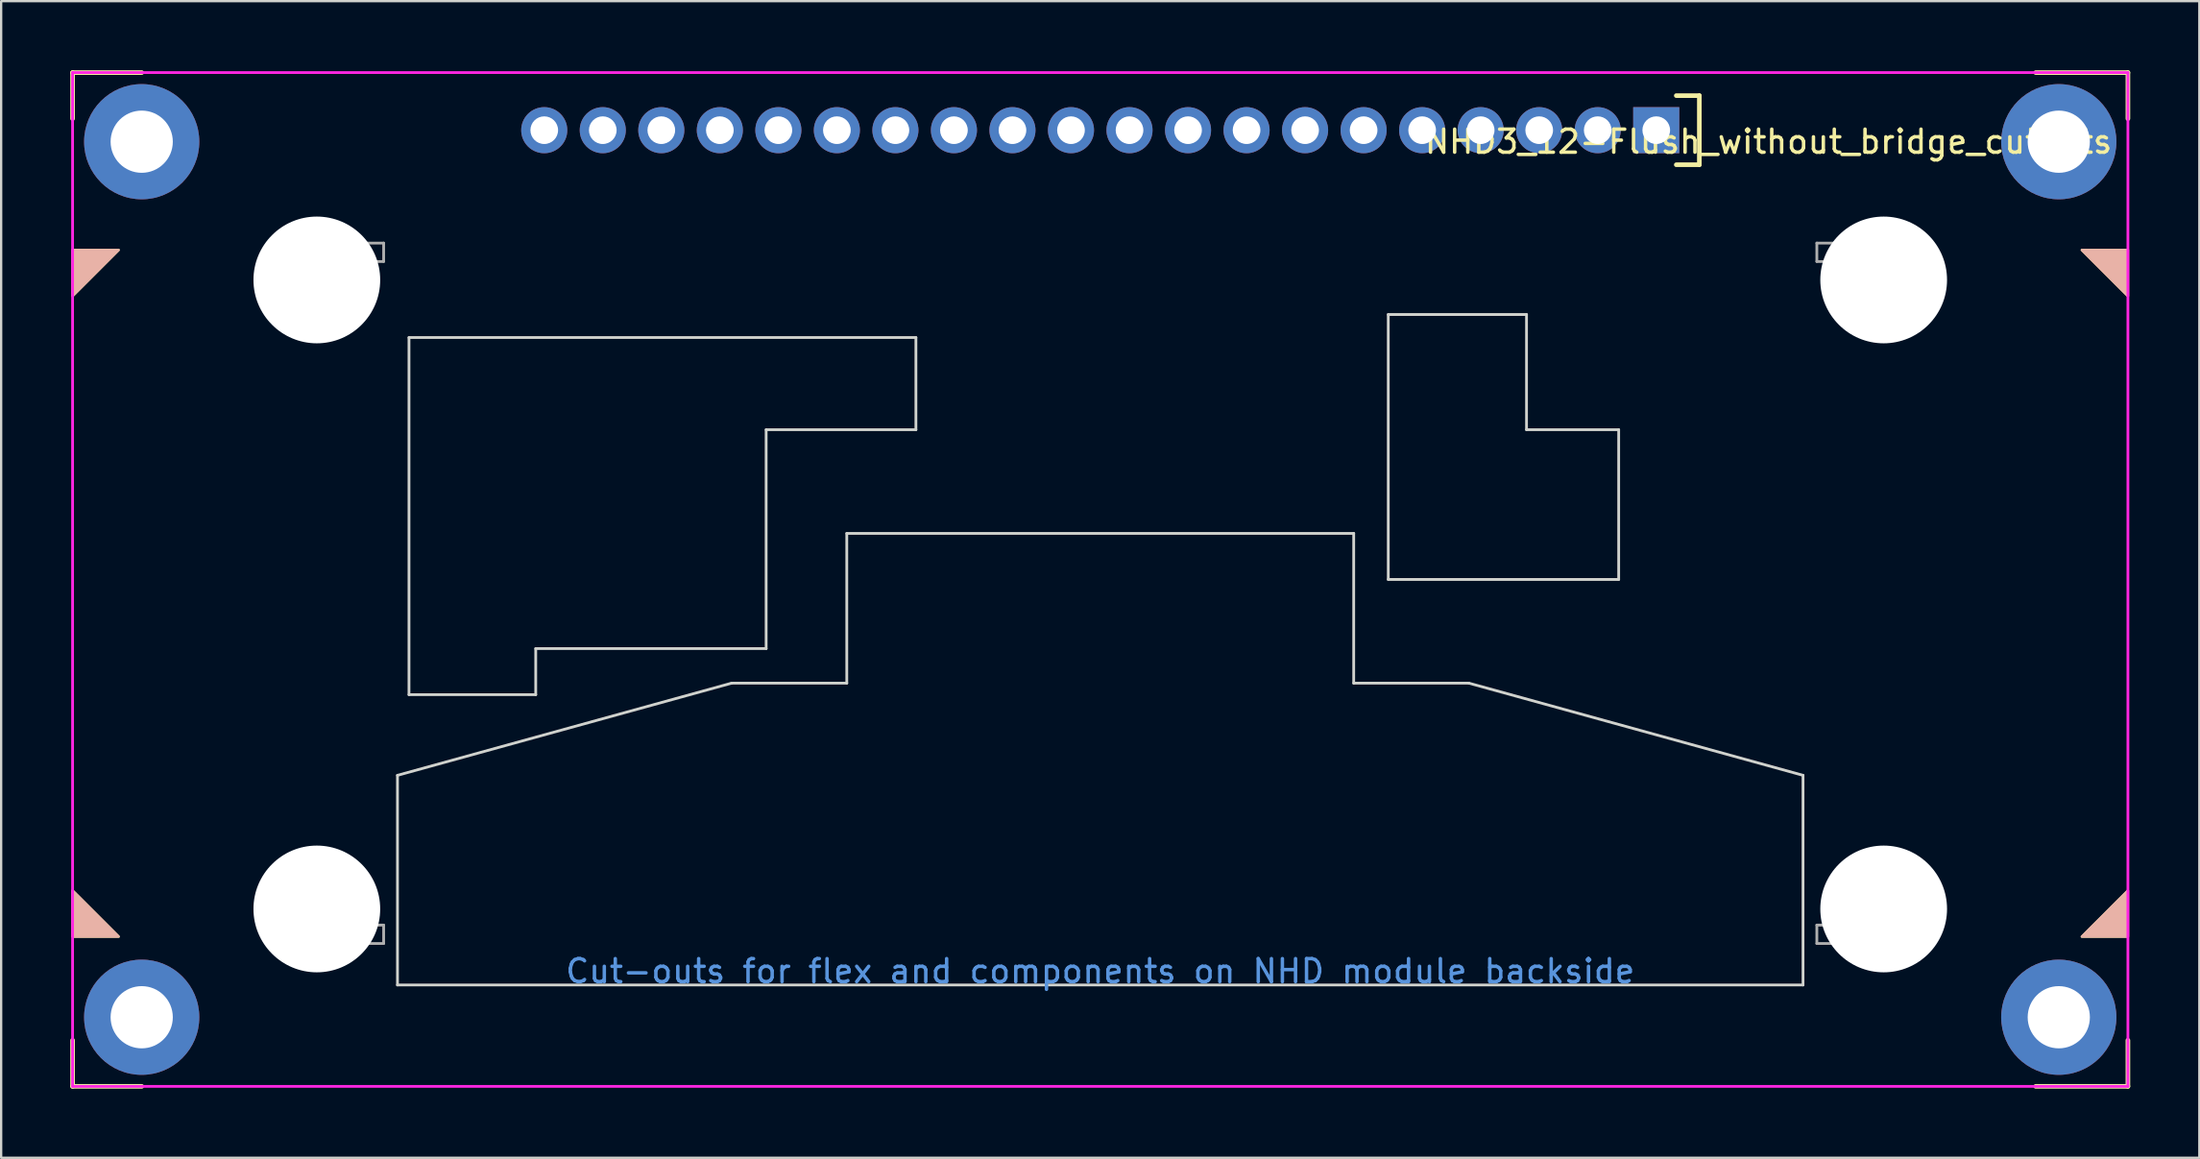
<source format=kicad_pcb>
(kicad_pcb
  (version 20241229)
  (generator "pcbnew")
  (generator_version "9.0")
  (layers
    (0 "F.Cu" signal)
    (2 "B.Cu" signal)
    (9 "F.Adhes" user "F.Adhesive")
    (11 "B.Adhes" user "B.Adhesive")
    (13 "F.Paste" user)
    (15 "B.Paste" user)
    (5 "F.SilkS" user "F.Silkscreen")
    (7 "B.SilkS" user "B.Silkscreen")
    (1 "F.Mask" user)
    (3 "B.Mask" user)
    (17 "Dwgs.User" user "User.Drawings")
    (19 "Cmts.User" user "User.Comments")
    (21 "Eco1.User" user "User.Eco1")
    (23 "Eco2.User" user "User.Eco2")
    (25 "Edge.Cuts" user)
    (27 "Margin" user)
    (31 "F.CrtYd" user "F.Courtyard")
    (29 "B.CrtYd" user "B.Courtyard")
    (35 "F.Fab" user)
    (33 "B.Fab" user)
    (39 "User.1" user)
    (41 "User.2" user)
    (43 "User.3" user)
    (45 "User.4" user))
  (footprint "NHD3_12-Flush_without_bridge_cutouts"
    (layer "F.Cu")
    (at 44.7 22.1)
    (property "Reference" "NHD3_12-Flush_without_bridge_cutouts" (at 29 -19 0) (layer "F.SilkS") (effects (font (size 1 1) (thickness 0.15))))
    (attr through_hole)
    (fp_line (start -44.6 -22) (end -41.6 -22) (stroke (width 0.2) (type solid)) (layer "F.SilkS"))
    (fp_line (start -44.6 -20) (end -44.6 -22) (stroke (width 0.2) (type solid)) (layer "F.SilkS"))
    (fp_line (start -44.6 20) (end -44.6 22) (stroke (width 0.2) (type solid)) (layer "F.SilkS"))
    (fp_line (start -44.6 22) (end -41.6 22) (stroke (width 0.2) (type solid)) (layer "F.SilkS"))
    (fp_line (start 25 -21) (end 26 -21) (stroke (width 0.2) (type solid)) (layer "F.SilkS"))
    (fp_line (start 26 -21) (end 26 -18) (stroke (width 0.2) (type solid)) (layer "F.SilkS"))
    (fp_line (start 26 -18) (end 25 -18) (stroke (width 0.2) (type solid)) (layer "F.SilkS"))
    (fp_line (start 40.6 -22) (end 44.6 -22) (stroke (width 0.2) (type solid)) (layer "F.SilkS"))
    (fp_line (start 44.6 -22) (end 44.6 -20) (stroke (width 0.2) (type solid)) (layer "F.SilkS"))
    (fp_line (start 44.6 20) (end 44.6 22) (stroke (width 0.2) (type solid)) (layer "F.SilkS"))
    (fp_line (start 44.6 22) (end 40.6 22) (stroke (width 0.2) (type solid)) (layer "F.SilkS"))
    (fp_poly (pts (xy -44.6 -12.3) (xy -44.6 -14.3) (xy -42.6 -14.3)) (stroke (width 0.1) (type solid)) (fill yes) (layer "F.SilkS"))
    (fp_poly (pts (xy -42.6 15.5) (xy -44.6 15.5) (xy -44.6 13.5)) (stroke (width 0.1) (type solid)) (fill yes) (layer "F.SilkS"))
    (fp_poly (pts (xy 42.6 -14.3) (xy 44.6 -14.3) (xy 44.6 -12.3)) (stroke (width 0.1) (type solid)) (fill yes) (layer "F.SilkS"))
    (fp_poly (pts (xy 44.6 13.5) (xy 44.6 15.5) (xy 42.6 15.5)) (stroke (width 0.1) (type solid)) (fill yes) (layer "F.SilkS"))
    (fp_poly (pts (xy -44.6 13.5) (xy -44.6 15.5) (xy -42.6 15.5)) (stroke (width 0.1) (type solid)) (fill yes) (layer "B.SilkS"))
    (fp_poly (pts (xy -42.6 -14.3) (xy -44.6 -14.3) (xy -44.6 -12.3)) (stroke (width 0.1) (type solid)) (fill yes) (layer "B.SilkS"))
    (fp_poly (pts (xy 42.6 15.5) (xy 44.6 15.5) (xy 44.6 13.5)) (stroke (width 0.1) (type solid)) (fill yes) (layer "B.SilkS"))
    (fp_poly (pts (xy 44.6 -12.3) (xy 44.6 -14.3) (xy 42.6 -14.3)) (stroke (width 0.1) (type solid)) (fill yes) (layer "B.SilkS"))
    (fp_line (start -30.5 17.6) (end -30.5 8.5) (stroke (width 0.12) (type solid)) (layer "Eco1.User"))
    (fp_line (start -30 -10.5) (end -8 -10.5) (stroke (width 0.12) (type solid)) (layer "Eco1.User"))
    (fp_line (start -30 5) (end -30 -10.5) (stroke (width 0.12) (type solid)) (layer "Eco1.User"))
    (fp_line (start -24.5 3) (end -24.5 5) (stroke (width 0.12) (type solid)) (layer "Eco1.User"))
    (fp_line (start -24.5 5) (end -30 5) (stroke (width 0.12) (type solid)) (layer "Eco1.User"))
    (fp_line (start -16 4.5) (end -30.5 8.5) (stroke (width 0.12) (type solid)) (layer "Eco1.User"))
    (fp_line (start -16 4.5) (end -11 4.5) (stroke (width 0.12) (type solid)) (layer "Eco1.User"))
    (fp_line (start -14.5 -6.5) (end -14.5 3) (stroke (width 0.12) (type solid)) (layer "Eco1.User"))
    (fp_line (start -14.5 3) (end -24.5 3) (stroke (width 0.12) (type solid)) (layer "Eco1.User"))
    (fp_line (start -11 -2) (end 11 -2) (stroke (width 0.12) (type solid)) (layer "Eco1.User"))
    (fp_line (start -11 4.5) (end -11 -2) (stroke (width 0.12) (type solid)) (layer "Eco1.User"))
    (fp_line (start -8 -10.5) (end -8 -6.5) (stroke (width 0.12) (type solid)) (layer "Eco1.User"))
    (fp_line (start -8 -6.5) (end -14.5 -6.5) (stroke (width 0.12) (type solid)) (layer "Eco1.User"))
    (fp_line (start 11 -2) (end 11 4.5) (stroke (width 0.12) (type solid)) (layer "Eco1.User"))
    (fp_line (start 12.5 -11.5) (end 18.5 -11.5) (stroke (width 0.12) (type solid)) (layer "Eco1.User"))
    (fp_line (start 12.5 0) (end 12.5 -11.5) (stroke (width 0.12) (type solid)) (layer "Eco1.User"))
    (fp_line (start 16 4.5) (end 11 4.5) (stroke (width 0.12) (type solid)) (layer "Eco1.User"))
    (fp_line (start 16 4.5) (end 30.5 8.5) (stroke (width 0.12) (type solid)) (layer "Eco1.User"))
    (fp_line (start 18.5 -11.5) (end 18.5 -6.5) (stroke (width 0.12) (type solid)) (layer "Eco1.User"))
    (fp_line (start 18.5 -6.5) (end 22.5 -6.5) (stroke (width 0.12) (type solid)) (layer "Eco1.User"))
    (fp_line (start 22.5 -6.5) (end 22.5 0) (stroke (width 0.12) (type solid)) (layer "Eco1.User"))
    (fp_line (start 22.5 0) (end 12.5 0) (stroke (width 0.12) (type solid)) (layer "Eco1.User"))
    (fp_line (start 30.5 8.5) (end 30.5 17.6) (stroke (width 0.12) (type solid)) (layer "Eco1.User"))
    (fp_line (start 30.5 17.6) (end -30.5 17.6) (stroke (width 0.12) (type solid)) (layer "Eco1.User"))
    (fp_line (start -30.5 8.5) (end -16 4.5) (stroke (width 0.12) (type solid)) (layer "Edge.Cuts"))
    (fp_line (start -30.5 17.6) (end -30.5 8.5) (stroke (width 0.12) (type solid)) (layer "Edge.Cuts"))
    (fp_line (start -30 -10.5) (end -8 -10.5) (stroke (width 0.12) (type solid)) (layer "Edge.Cuts"))
    (fp_line (start -30 5) (end -30 -10.5) (stroke (width 0.12) (type solid)) (layer "Edge.Cuts"))
    (fp_line (start -24.5 3) (end -24.5 5) (stroke (width 0.12) (type solid)) (layer "Edge.Cuts"))
    (fp_line (start -24.5 5) (end -30 5) (stroke (width 0.12) (type solid)) (layer "Edge.Cuts"))
    (fp_line (start -16 4.5) (end -11 4.5) (stroke (width 0.12) (type solid)) (layer "Edge.Cuts"))
    (fp_line (start -14.5 -6.5) (end -14.5 3) (stroke (width 0.12) (type solid)) (layer "Edge.Cuts"))
    (fp_line (start -14.5 3) (end -24.5 3) (stroke (width 0.12) (type solid)) (layer "Edge.Cuts"))
    (fp_line (start -11 -2) (end 11 -2) (stroke (width 0.12) (type solid)) (layer "Edge.Cuts"))
    (fp_line (start -11 4.5) (end -11 -2) (stroke (width 0.12) (type solid)) (layer "Edge.Cuts"))
    (fp_line (start -8 -10.5) (end -8 -6.5) (stroke (width 0.12) (type solid)) (layer "Edge.Cuts"))
    (fp_line (start -8 -6.5) (end -14.5 -6.5) (stroke (width 0.12) (type solid)) (layer "Edge.Cuts"))
    (fp_line (start 11 -2) (end 11 4.5) (stroke (width 0.12) (type solid)) (layer "Edge.Cuts"))
    (fp_line (start 11 4.5) (end 16 4.5) (stroke (width 0.12) (type solid)) (layer "Edge.Cuts"))
    (fp_line (start 12.5 -11.5) (end 18.5 -11.5) (stroke (width 0.12) (type solid)) (layer "Edge.Cuts"))
    (fp_line (start 12.5 0) (end 12.5 -11.5) (stroke (width 0.12) (type solid)) (layer "Edge.Cuts"))
    (fp_line (start 16 4.5) (end 30.5 8.5) (stroke (width 0.12) (type solid)) (layer "Edge.Cuts"))
    (fp_line (start 18.5 -11.5) (end 18.5 -6.5) (stroke (width 0.12) (type solid)) (layer "Edge.Cuts"))
    (fp_line (start 18.5 -6.5) (end 22.5 -6.5) (stroke (width 0.12) (type solid)) (layer "Edge.Cuts"))
    (fp_line (start 22.5 -6.5) (end 22.5 0) (stroke (width 0.12) (type solid)) (layer "Edge.Cuts"))
    (fp_line (start 22.5 0) (end 12.5 0) (stroke (width 0.12) (type solid)) (layer "Edge.Cuts"))
    (fp_line (start 30.5 8.5) (end 30.5 17.6) (stroke (width 0.12) (type solid)) (layer "Edge.Cuts"))
    (fp_line (start 30.5 17.6) (end -30.5 17.6) (stroke (width 0.12) (type solid)) (layer "Edge.Cuts"))
    (fp_line (start -44.6 -22) (end -44.6 22) (stroke (width 0.12) (type solid)) (layer "F.CrtYd"))
    (fp_line (start -44.6 -22) (end 44.6 -22) (stroke (width 0.12) (type solid)) (layer "F.CrtYd"))
    (fp_line (start 44.6 -22) (end 44.6 22) (stroke (width 0.12) (type solid)) (layer "F.CrtYd"))
    (fp_line (start 44.6 22) (end -44.6 22) (stroke (width 0.12) (type solid)) (layer "F.CrtYd"))
    (fp_line (start -36 -14.6) (end -36 -13.8) (stroke (width 0.12) (type solid)) (layer "F.Fab"))
    (fp_line (start -36 -13.8) (end -31.1 -13.8) (stroke (width 0.12) (type solid)) (layer "F.Fab"))
    (fp_line (start -36 15) (end -36 15.8) (stroke (width 0.12) (type solid)) (layer "F.Fab"))
    (fp_line (start -36 15.8) (end -31.1 15.8) (stroke (width 0.12) (type solid)) (layer "F.Fab"))
    (fp_line (start -31.1 -14.6) (end -36 -14.6) (stroke (width 0.12) (type solid)) (layer "F.Fab"))
    (fp_line (start -31.1 -13.8) (end -31.1 -14.6) (stroke (width 0.12) (type solid)) (layer "F.Fab"))
    (fp_line (start -31.1 15) (end -36 15) (stroke (width 0.12) (type solid)) (layer "F.Fab"))
    (fp_line (start -31.1 15.8) (end -31.1 15) (stroke (width 0.12) (type solid)) (layer "F.Fab"))
    (fp_line (start 31.1 -14.6) (end 31.1 -13.8) (stroke (width 0.12) (type solid)) (layer "F.Fab"))
    (fp_line (start 31.1 -13.8) (end 36 -13.8) (stroke (width 0.12) (type solid)) (layer "F.Fab"))
    (fp_line (start 31.1 15) (end 31.1 15.8) (stroke (width 0.12) (type solid)) (layer "F.Fab"))
    (fp_line (start 31.1 15.8) (end 36 15.8) (stroke (width 0.12) (type solid)) (layer "F.Fab"))
    (fp_line (start 36 -14.6) (end 31.1 -14.6) (stroke (width 0.12) (type solid)) (layer "F.Fab"))
    (fp_line (start 36 -13.8) (end 36 -14.6) (stroke (width 0.12) (type solid)) (layer "F.Fab"))
    (fp_line (start 36 15) (end 31.1 15) (stroke (width 0.12) (type solid)) (layer "F.Fab"))
    (fp_line (start 36 15.8) (end 36 15) (stroke (width 0.12) (type solid)) (layer "F.Fab"))
    (fp_text user "Cut-outs for flex and components on NHD module backside" (at 0 17 0) (layer "Cmts.User") (effects (font (size 1 1) (thickness 0.15))))
    (pad "" np_thru_hole circle (at -34 -13) (size 5.5 5.5) (drill 5.5) (layers "*.Cu" "*.Mask"))
    (pad "" np_thru_hole circle (at -34 14.3) (size 5.5 5.5) (drill 5.5) (layers "*.Cu" "*.Mask"))
    (pad "" np_thru_hole circle (at 34 -13) (size 5.5 5.5) (drill 5.5) (layers "*.Cu" "*.Mask"))
    (pad "" np_thru_hole circle (at 34 14.3) (size 5.5 5.5) (drill 5.5) (layers "*.Cu" "*.Mask"))
    (pad "1" thru_hole rect (at 24.13 -19.5 180) (size 2 2) (drill 1.2) (layers "*.Cu" "*.Mask"))
    (pad "2" thru_hole circle (at 21.59 -19.5 180) (size 2 2) (drill 1.2) (layers "*.Cu" "*.Mask"))
    (pad "3" thru_hole circle (at 19.05 -19.5 180) (size 2 2) (drill 1.2) (layers "*.Cu" "*.Mask"))
    (pad "4" thru_hole circle (at 16.51 -19.5 180) (size 2 2) (drill 1.2) (layers "*.Cu" "*.Mask"))
    (pad "5" thru_hole circle (at 13.97 -19.5 180) (size 2 2) (drill 1.2) (layers "*.Cu" "*.Mask"))
    (pad "6" thru_hole circle (at 11.43 -19.5 180) (size 2 2) (drill 1.2) (layers "*.Cu" "*.Mask"))
    (pad "7" thru_hole circle (at 8.89 -19.5 180) (size 2 2) (drill 1.2) (layers "*.Cu" "*.Mask"))
    (pad "8" thru_hole circle (at 6.35 -19.5 180) (size 2 2) (drill 1.2) (layers "*.Cu" "*.Mask"))
    (pad "9" thru_hole circle (at 3.81 -19.5 180) (size 2 2) (drill 1.2) (layers "*.Cu" "*.Mask"))
    (pad "10" thru_hole circle (at 1.27 -19.5 180) (size 2 2) (drill 1.2) (layers "*.Cu" "*.Mask"))
    (pad "11" thru_hole circle (at -1.27 -19.5 180) (size 2 2) (drill 1.2) (layers "*.Cu" "*.Mask"))
    (pad "12" thru_hole circle (at -3.81 -19.5 180) (size 2 2) (drill 1.2) (layers "*.Cu" "*.Mask"))
    (pad "13" thru_hole circle (at -6.35 -19.5 180) (size 2 2) (drill 1.2) (layers "*.Cu" "*.Mask"))
    (pad "14" thru_hole circle (at -8.89 -19.5 180) (size 2 2) (drill 1.2) (layers "*.Cu" "*.Mask"))
    (pad "15" thru_hole circle (at -11.43 -19.5 180) (size 2 2) (drill 1.2) (layers "*.Cu" "*.Mask"))
    (pad "16" thru_hole circle (at -13.97 -19.5 180) (size 2 2) (drill 1.2) (layers "*.Cu" "*.Mask"))
    (pad "17" thru_hole circle (at -16.51 -19.5 180) (size 2 2) (drill 1.2) (layers "*.Cu" "*.Mask"))
    (pad "18" thru_hole circle (at -19.05 -19.5 180) (size 2 2) (drill 1.2) (layers "*.Cu" "*.Mask"))
    (pad "19" thru_hole circle (at -21.59 -19.5 180) (size 2 2) (drill 1.2) (layers "*.Cu" "*.Mask"))
    (pad "20" thru_hole circle (at -24.13 -19.5 180) (size 2 2) (drill 1.2) (layers "*.Cu" "*.Mask"))
    (pad "21" thru_hole circle (at -41.6 -19) (size 5 5) (drill 2.7) (layers "*.Cu" "*.Mask"))
    (pad "21" thru_hole circle (at -41.6 19) (size 5 5) (drill 2.7) (layers "*.Cu" "*.Mask"))
    (pad "21" thru_hole circle (at 41.6 -19) (size 5 5) (drill 2.7) (layers "*.Cu" "*.Mask"))
    (pad "21" thru_hole circle (at 41.6 19) (size 5 5) (drill 2.7) (layers "*.Cu" "*.Mask")))
  (gr_rect
    (start -3 -3)
    (end 92.4 47.2)
    (stroke (width 0.1) (type default))
    (fill no)
    (layer "Edge.Cuts")))
</source>
